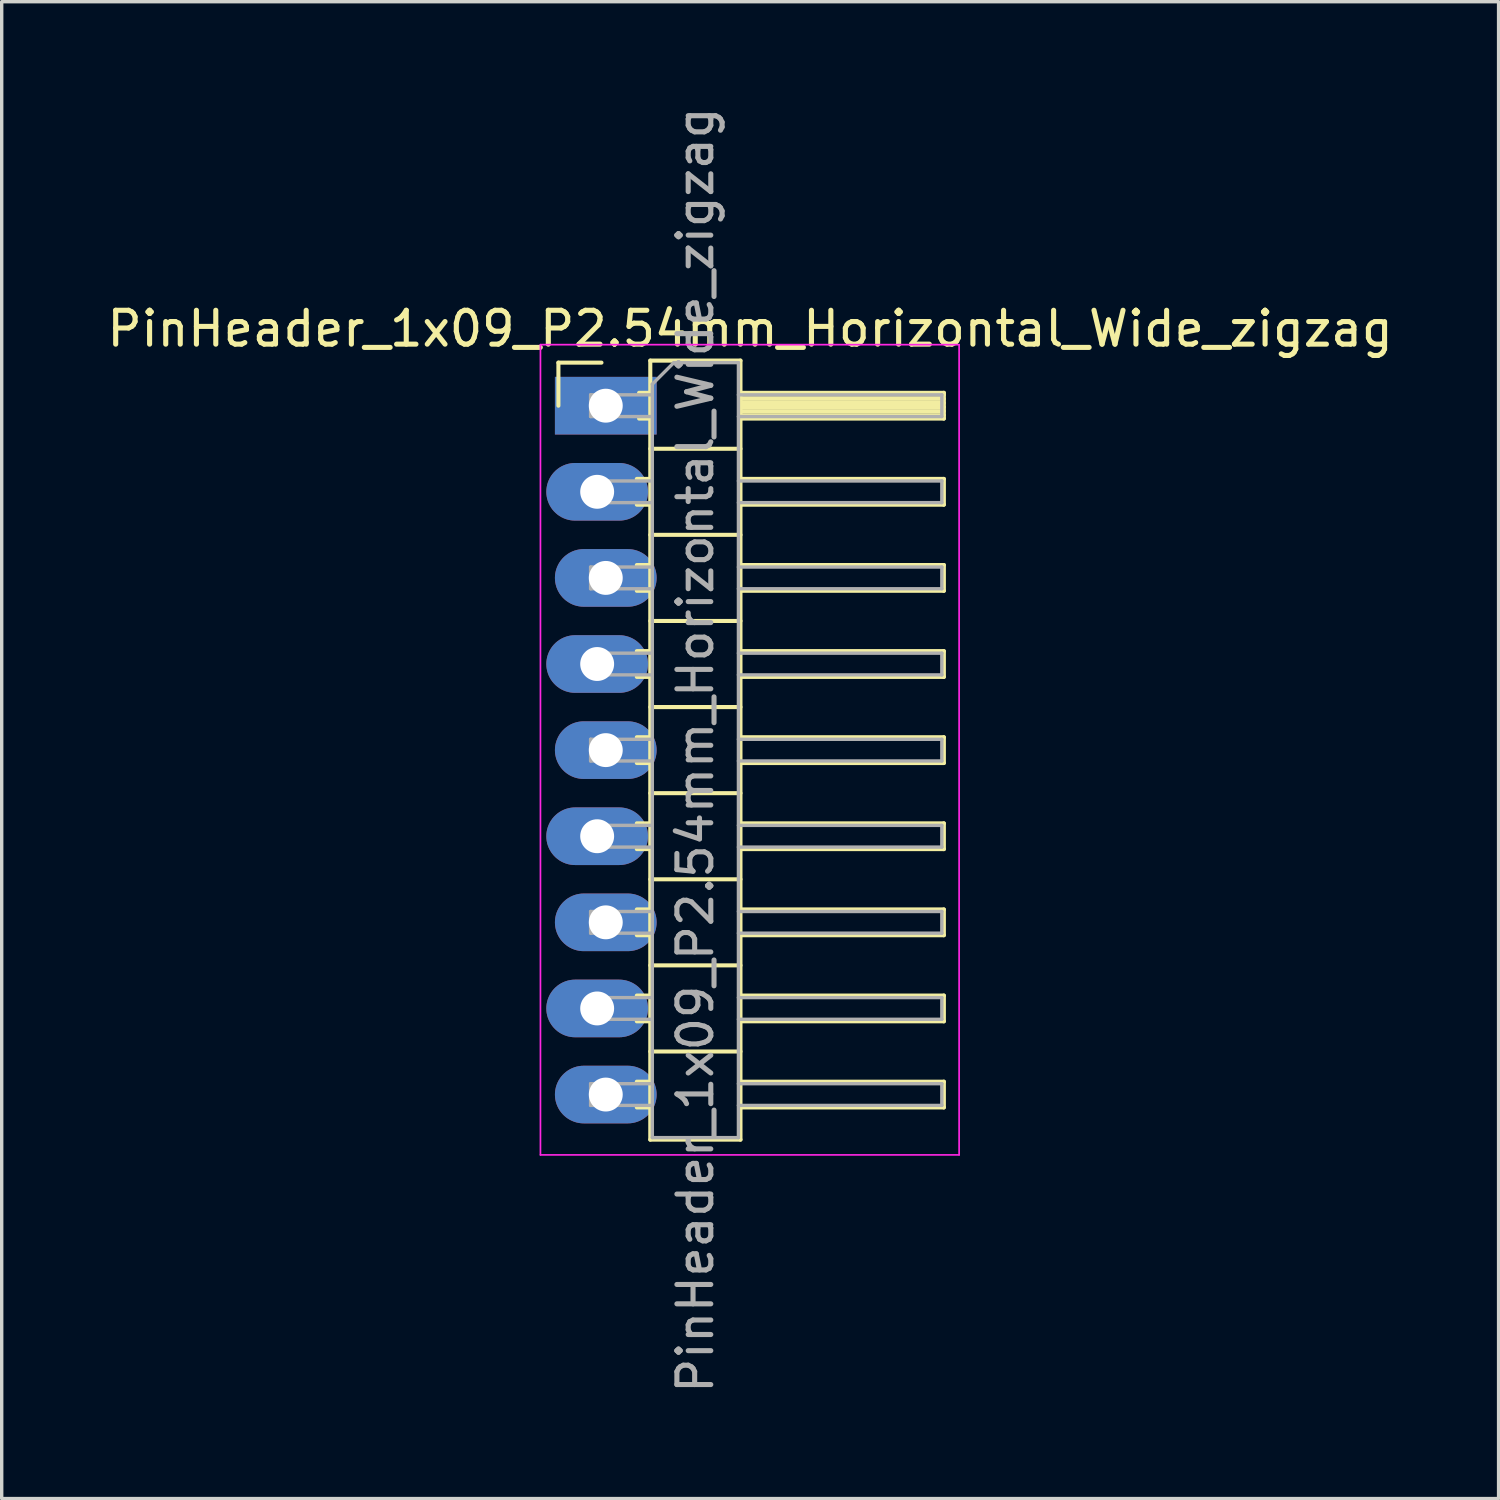
<source format=kicad_pcb>
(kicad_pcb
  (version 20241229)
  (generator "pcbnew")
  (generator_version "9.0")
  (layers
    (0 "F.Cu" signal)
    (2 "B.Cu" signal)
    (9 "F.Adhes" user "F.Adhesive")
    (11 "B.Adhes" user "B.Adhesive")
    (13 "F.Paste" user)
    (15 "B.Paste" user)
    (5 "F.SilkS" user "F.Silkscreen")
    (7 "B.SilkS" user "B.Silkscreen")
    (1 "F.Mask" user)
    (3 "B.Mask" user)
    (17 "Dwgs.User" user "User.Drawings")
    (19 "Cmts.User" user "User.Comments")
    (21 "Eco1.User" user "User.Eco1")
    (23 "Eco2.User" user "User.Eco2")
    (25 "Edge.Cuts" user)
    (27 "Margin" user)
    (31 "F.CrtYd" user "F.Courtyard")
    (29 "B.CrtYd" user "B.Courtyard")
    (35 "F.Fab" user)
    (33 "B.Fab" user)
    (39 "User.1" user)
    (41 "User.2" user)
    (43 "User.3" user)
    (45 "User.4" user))
  (footprint "PinHeader_1x09_P2.54mm_Horizontal_Wide_zigzag"
    (layer "F.Cu")
    (at 14.692 8.917)
    (property "Reference" "PinHeader_1x09_P2.54mm_Horizontal_Wide_zigzag" (at 4.385 -2.27 0) (layer "F.SilkS") (effects (font (size 1 1) (thickness 0.15))))
    (attr through_hole)
    (fp_line (start -1.27 -1.27) (end 0 -1.27) (stroke (width 0.12) (type solid)) (layer "F.SilkS"))
    (fp_line (start -1.27 0) (end -1.27 -1.27) (stroke (width 0.12) (type solid)) (layer "F.SilkS"))
    (fp_line (start 1.043 2.16) (end 1.44 2.16) (stroke (width 0.12) (type solid)) (layer "F.SilkS"))
    (fp_line (start 1.043 2.92) (end 1.44 2.92) (stroke (width 0.12) (type solid)) (layer "F.SilkS"))
    (fp_line (start 1.043 4.7) (end 1.44 4.7) (stroke (width 0.12) (type solid)) (layer "F.SilkS"))
    (fp_line (start 1.043 5.46) (end 1.44 5.46) (stroke (width 0.12) (type solid)) (layer "F.SilkS"))
    (fp_line (start 1.043 7.24) (end 1.44 7.24) (stroke (width 0.12) (type solid)) (layer "F.SilkS"))
    (fp_line (start 1.043 8) (end 1.44 8) (stroke (width 0.12) (type solid)) (layer "F.SilkS"))
    (fp_line (start 1.043 9.78) (end 1.44 9.78) (stroke (width 0.12) (type solid)) (layer "F.SilkS"))
    (fp_line (start 1.043 10.54) (end 1.44 10.54) (stroke (width 0.12) (type solid)) (layer "F.SilkS"))
    (fp_line (start 1.043 12.32) (end 1.44 12.32) (stroke (width 0.12) (type solid)) (layer "F.SilkS"))
    (fp_line (start 1.043 13.08) (end 1.44 13.08) (stroke (width 0.12) (type solid)) (layer "F.SilkS"))
    (fp_line (start 1.043 14.86) (end 1.44 14.86) (stroke (width 0.12) (type solid)) (layer "F.SilkS"))
    (fp_line (start 1.043 15.62) (end 1.44 15.62) (stroke (width 0.12) (type solid)) (layer "F.SilkS"))
    (fp_line (start 1.043 17.4) (end 1.44 17.4) (stroke (width 0.12) (type solid)) (layer "F.SilkS"))
    (fp_line (start 1.043 18.16) (end 1.44 18.16) (stroke (width 0.12) (type solid)) (layer "F.SilkS"))
    (fp_line (start 1.043 19.94) (end 1.44 19.94) (stroke (width 0.12) (type solid)) (layer "F.SilkS"))
    (fp_line (start 1.043 20.7) (end 1.44 20.7) (stroke (width 0.12) (type solid)) (layer "F.SilkS"))
    (fp_line (start 1.11 -0.38) (end 1.44 -0.38) (stroke (width 0.12) (type solid)) (layer "F.SilkS"))
    (fp_line (start 1.11 0.38) (end 1.44 0.38) (stroke (width 0.12) (type solid)) (layer "F.SilkS"))
    (fp_line (start 1.44 -1.33) (end 1.44 21.65) (stroke (width 0.12) (type solid)) (layer "F.SilkS"))
    (fp_line (start 1.44 1.27) (end 4.1 1.27) (stroke (width 0.12) (type solid)) (layer "F.SilkS"))
    (fp_line (start 1.44 3.81) (end 4.1 3.81) (stroke (width 0.12) (type solid)) (layer "F.SilkS"))
    (fp_line (start 1.44 6.35) (end 4.1 6.35) (stroke (width 0.12) (type solid)) (layer "F.SilkS"))
    (fp_line (start 1.44 8.89) (end 4.1 8.89) (stroke (width 0.12) (type solid)) (layer "F.SilkS"))
    (fp_line (start 1.44 11.43) (end 4.1 11.43) (stroke (width 0.12) (type solid)) (layer "F.SilkS"))
    (fp_line (start 1.44 13.97) (end 4.1 13.97) (stroke (width 0.12) (type solid)) (layer "F.SilkS"))
    (fp_line (start 1.44 16.51) (end 4.1 16.51) (stroke (width 0.12) (type solid)) (layer "F.SilkS"))
    (fp_line (start 1.44 19.05) (end 4.1 19.05) (stroke (width 0.12) (type solid)) (layer "F.SilkS"))
    (fp_line (start 1.44 21.65) (end 4.1 21.65) (stroke (width 0.12) (type solid)) (layer "F.SilkS"))
    (fp_line (start 4.1 -1.33) (end 1.44 -1.33) (stroke (width 0.12) (type solid)) (layer "F.SilkS"))
    (fp_line (start 4.1 -0.38) (end 10.1 -0.38) (stroke (width 0.12) (type solid)) (layer "F.SilkS"))
    (fp_line (start 4.1 -0.32) (end 10.1 -0.32) (stroke (width 0.12) (type solid)) (layer "F.SilkS"))
    (fp_line (start 4.1 -0.2) (end 10.1 -0.2) (stroke (width 0.12) (type solid)) (layer "F.SilkS"))
    (fp_line (start 4.1 -0.08) (end 10.1 -0.08) (stroke (width 0.12) (type solid)) (layer "F.SilkS"))
    (fp_line (start 4.1 0.04) (end 10.1 0.04) (stroke (width 0.12) (type solid)) (layer "F.SilkS"))
    (fp_line (start 4.1 0.16) (end 10.1 0.16) (stroke (width 0.12) (type solid)) (layer "F.SilkS"))
    (fp_line (start 4.1 0.28) (end 10.1 0.28) (stroke (width 0.12) (type solid)) (layer "F.SilkS"))
    (fp_line (start 4.1 2.16) (end 10.1 2.16) (stroke (width 0.12) (type solid)) (layer "F.SilkS"))
    (fp_line (start 4.1 4.7) (end 10.1 4.7) (stroke (width 0.12) (type solid)) (layer "F.SilkS"))
    (fp_line (start 4.1 7.24) (end 10.1 7.24) (stroke (width 0.12) (type solid)) (layer "F.SilkS"))
    (fp_line (start 4.1 9.78) (end 10.1 9.78) (stroke (width 0.12) (type solid)) (layer "F.SilkS"))
    (fp_line (start 4.1 12.32) (end 10.1 12.32) (stroke (width 0.12) (type solid)) (layer "F.SilkS"))
    (fp_line (start 4.1 14.86) (end 10.1 14.86) (stroke (width 0.12) (type solid)) (layer "F.SilkS"))
    (fp_line (start 4.1 17.4) (end 10.1 17.4) (stroke (width 0.12) (type solid)) (layer "F.SilkS"))
    (fp_line (start 4.1 19.94) (end 10.1 19.94) (stroke (width 0.12) (type solid)) (layer "F.SilkS"))
    (fp_line (start 4.1 21.65) (end 4.1 -1.33) (stroke (width 0.12) (type solid)) (layer "F.SilkS"))
    (fp_line (start 10.1 -0.38) (end 10.1 0.38) (stroke (width 0.12) (type solid)) (layer "F.SilkS"))
    (fp_line (start 10.1 0.38) (end 4.1 0.38) (stroke (width 0.12) (type solid)) (layer "F.SilkS"))
    (fp_line (start 10.1 2.16) (end 10.1 2.92) (stroke (width 0.12) (type solid)) (layer "F.SilkS"))
    (fp_line (start 10.1 2.92) (end 4.1 2.92) (stroke (width 0.12) (type solid)) (layer "F.SilkS"))
    (fp_line (start 10.1 4.7) (end 10.1 5.46) (stroke (width 0.12) (type solid)) (layer "F.SilkS"))
    (fp_line (start 10.1 5.46) (end 4.1 5.46) (stroke (width 0.12) (type solid)) (layer "F.SilkS"))
    (fp_line (start 10.1 7.24) (end 10.1 8) (stroke (width 0.12) (type solid)) (layer "F.SilkS"))
    (fp_line (start 10.1 8) (end 4.1 8) (stroke (width 0.12) (type solid)) (layer "F.SilkS"))
    (fp_line (start 10.1 9.78) (end 10.1 10.54) (stroke (width 0.12) (type solid)) (layer "F.SilkS"))
    (fp_line (start 10.1 10.54) (end 4.1 10.54) (stroke (width 0.12) (type solid)) (layer "F.SilkS"))
    (fp_line (start 10.1 12.32) (end 10.1 13.08) (stroke (width 0.12) (type solid)) (layer "F.SilkS"))
    (fp_line (start 10.1 13.08) (end 4.1 13.08) (stroke (width 0.12) (type solid)) (layer "F.SilkS"))
    (fp_line (start 10.1 14.86) (end 10.1 15.62) (stroke (width 0.12) (type solid)) (layer "F.SilkS"))
    (fp_line (start 10.1 15.62) (end 4.1 15.62) (stroke (width 0.12) (type solid)) (layer "F.SilkS"))
    (fp_line (start 10.1 17.4) (end 10.1 18.16) (stroke (width 0.12) (type solid)) (layer "F.SilkS"))
    (fp_line (start 10.1 18.16) (end 4.1 18.16) (stroke (width 0.12) (type solid)) (layer "F.SilkS"))
    (fp_line (start 10.1 19.94) (end 10.1 20.7) (stroke (width 0.12) (type solid)) (layer "F.SilkS"))
    (fp_line (start 10.1 20.7) (end 4.1 20.7) (stroke (width 0.12) (type solid)) (layer "F.SilkS"))
    (fp_line (start -1.8 -1.8) (end -1.8 22.1) (stroke (width 0.05) (type solid)) (layer "F.CrtYd"))
    (fp_line (start -1.8 22.1) (end 10.55 22.1) (stroke (width 0.05) (type solid)) (layer "F.CrtYd"))
    (fp_line (start 10.55 -1.8) (end -1.8 -1.8) (stroke (width 0.05) (type solid)) (layer "F.CrtYd"))
    (fp_line (start 10.55 22.1) (end 10.55 -1.8) (stroke (width 0.05) (type solid)) (layer "F.CrtYd"))
    (fp_line (start -0.32 -0.32) (end -0.32 0.32) (stroke (width 0.1) (type solid)) (layer "F.Fab"))
    (fp_line (start -0.32 -0.32) (end 1.5 -0.32) (stroke (width 0.1) (type solid)) (layer "F.Fab"))
    (fp_line (start -0.32 0.32) (end 1.5 0.32) (stroke (width 0.1) (type solid)) (layer "F.Fab"))
    (fp_line (start -0.32 2.22) (end -0.32 2.86) (stroke (width 0.1) (type solid)) (layer "F.Fab"))
    (fp_line (start -0.32 2.22) (end 1.5 2.22) (stroke (width 0.1) (type solid)) (layer "F.Fab"))
    (fp_line (start -0.32 2.86) (end 1.5 2.86) (stroke (width 0.1) (type solid)) (layer "F.Fab"))
    (fp_line (start -0.32 4.76) (end -0.32 5.4) (stroke (width 0.1) (type solid)) (layer "F.Fab"))
    (fp_line (start -0.32 4.76) (end 1.5 4.76) (stroke (width 0.1) (type solid)) (layer "F.Fab"))
    (fp_line (start -0.32 5.4) (end 1.5 5.4) (stroke (width 0.1) (type solid)) (layer "F.Fab"))
    (fp_line (start -0.32 7.3) (end -0.32 7.94) (stroke (width 0.1) (type solid)) (layer "F.Fab"))
    (fp_line (start -0.32 7.3) (end 1.5 7.3) (stroke (width 0.1) (type solid)) (layer "F.Fab"))
    (fp_line (start -0.32 7.94) (end 1.5 7.94) (stroke (width 0.1) (type solid)) (layer "F.Fab"))
    (fp_line (start -0.32 9.84) (end -0.32 10.48) (stroke (width 0.1) (type solid)) (layer "F.Fab"))
    (fp_line (start -0.32 9.84) (end 1.5 9.84) (stroke (width 0.1) (type solid)) (layer "F.Fab"))
    (fp_line (start -0.32 10.48) (end 1.5 10.48) (stroke (width 0.1) (type solid)) (layer "F.Fab"))
    (fp_line (start -0.32 12.38) (end -0.32 13.02) (stroke (width 0.1) (type solid)) (layer "F.Fab"))
    (fp_line (start -0.32 12.38) (end 1.5 12.38) (stroke (width 0.1) (type solid)) (layer "F.Fab"))
    (fp_line (start -0.32 13.02) (end 1.5 13.02) (stroke (width 0.1) (type solid)) (layer "F.Fab"))
    (fp_line (start -0.32 14.92) (end -0.32 15.56) (stroke (width 0.1) (type solid)) (layer "F.Fab"))
    (fp_line (start -0.32 14.92) (end 1.5 14.92) (stroke (width 0.1) (type solid)) (layer "F.Fab"))
    (fp_line (start -0.32 15.56) (end 1.5 15.56) (stroke (width 0.1) (type solid)) (layer "F.Fab"))
    (fp_line (start -0.32 17.46) (end -0.32 18.1) (stroke (width 0.1) (type solid)) (layer "F.Fab"))
    (fp_line (start -0.32 17.46) (end 1.5 17.46) (stroke (width 0.1) (type solid)) (layer "F.Fab"))
    (fp_line (start -0.32 18.1) (end 1.5 18.1) (stroke (width 0.1) (type solid)) (layer "F.Fab"))
    (fp_line (start -0.32 20) (end -0.32 20.64) (stroke (width 0.1) (type solid)) (layer "F.Fab"))
    (fp_line (start -0.32 20) (end 1.5 20) (stroke (width 0.1) (type solid)) (layer "F.Fab"))
    (fp_line (start -0.32 20.64) (end 1.5 20.64) (stroke (width 0.1) (type solid)) (layer "F.Fab"))
    (fp_line (start 1.5 -0.635) (end 2.135 -1.27) (stroke (width 0.1) (type solid)) (layer "F.Fab"))
    (fp_line (start 1.5 21.59) (end 1.5 -0.635) (stroke (width 0.1) (type solid)) (layer "F.Fab"))
    (fp_line (start 2.135 -1.27) (end 4.04 -1.27) (stroke (width 0.1) (type solid)) (layer "F.Fab"))
    (fp_line (start 4.04 -1.27) (end 4.04 21.59) (stroke (width 0.1) (type solid)) (layer "F.Fab"))
    (fp_line (start 4.04 -0.32) (end 10.04 -0.32) (stroke (width 0.1) (type solid)) (layer "F.Fab"))
    (fp_line (start 4.04 0.32) (end 10.04 0.32) (stroke (width 0.1) (type solid)) (layer "F.Fab"))
    (fp_line (start 4.04 2.22) (end 10.04 2.22) (stroke (width 0.1) (type solid)) (layer "F.Fab"))
    (fp_line (start 4.04 2.86) (end 10.04 2.86) (stroke (width 0.1) (type solid)) (layer "F.Fab"))
    (fp_line (start 4.04 4.76) (end 10.04 4.76) (stroke (width 0.1) (type solid)) (layer "F.Fab"))
    (fp_line (start 4.04 5.4) (end 10.04 5.4) (stroke (width 0.1) (type solid)) (layer "F.Fab"))
    (fp_line (start 4.04 7.3) (end 10.04 7.3) (stroke (width 0.1) (type solid)) (layer "F.Fab"))
    (fp_line (start 4.04 7.94) (end 10.04 7.94) (stroke (width 0.1) (type solid)) (layer "F.Fab"))
    (fp_line (start 4.04 9.84) (end 10.04 9.84) (stroke (width 0.1) (type solid)) (layer "F.Fab"))
    (fp_line (start 4.04 10.48) (end 10.04 10.48) (stroke (width 0.1) (type solid)) (layer "F.Fab"))
    (fp_line (start 4.04 12.38) (end 10.04 12.38) (stroke (width 0.1) (type solid)) (layer "F.Fab"))
    (fp_line (start 4.04 13.02) (end 10.04 13.02) (stroke (width 0.1) (type solid)) (layer "F.Fab"))
    (fp_line (start 4.04 14.92) (end 10.04 14.92) (stroke (width 0.1) (type solid)) (layer "F.Fab"))
    (fp_line (start 4.04 15.56) (end 10.04 15.56) (stroke (width 0.1) (type solid)) (layer "F.Fab"))
    (fp_line (start 4.04 17.46) (end 10.04 17.46) (stroke (width 0.1) (type solid)) (layer "F.Fab"))
    (fp_line (start 4.04 18.1) (end 10.04 18.1) (stroke (width 0.1) (type solid)) (layer "F.Fab"))
    (fp_line (start 4.04 20) (end 10.04 20) (stroke (width 0.1) (type solid)) (layer "F.Fab"))
    (fp_line (start 4.04 20.64) (end 10.04 20.64) (stroke (width 0.1) (type solid)) (layer "F.Fab"))
    (fp_line (start 4.04 21.59) (end 1.5 21.59) (stroke (width 0.1) (type solid)) (layer "F.Fab"))
    (fp_line (start 10.04 -0.32) (end 10.04 0.32) (stroke (width 0.1) (type solid)) (layer "F.Fab"))
    (fp_line (start 10.04 2.22) (end 10.04 2.86) (stroke (width 0.1) (type solid)) (layer "F.Fab"))
    (fp_line (start 10.04 4.76) (end 10.04 5.4) (stroke (width 0.1) (type solid)) (layer "F.Fab"))
    (fp_line (start 10.04 7.3) (end 10.04 7.94) (stroke (width 0.1) (type solid)) (layer "F.Fab"))
    (fp_line (start 10.04 9.84) (end 10.04 10.48) (stroke (width 0.1) (type solid)) (layer "F.Fab"))
    (fp_line (start 10.04 12.38) (end 10.04 13.02) (stroke (width 0.1) (type solid)) (layer "F.Fab"))
    (fp_line (start 10.04 14.92) (end 10.04 15.56) (stroke (width 0.1) (type solid)) (layer "F.Fab"))
    (fp_line (start 10.04 17.46) (end 10.04 18.1) (stroke (width 0.1) (type solid)) (layer "F.Fab"))
    (fp_line (start 10.04 20) (end 10.04 20.64) (stroke (width 0.1) (type solid)) (layer "F.Fab"))
    (fp_text user "${REFERENCE}" (at 2.77 10.16 90) (layer "F.Fab") (effects (font (size 1 1) (thickness 0.15))))
    (pad "1" thru_hole rect (at 0.127 0) (size 3 1.7) (drill 1) (layers "*.Cu" "*.Mask"))
    (pad "2" thru_hole oval (at -0.127 2.54) (size 3 1.7) (drill 1) (layers "*.Cu" "*.Mask"))
    (pad "3" thru_hole oval (at 0.127 5.08) (size 3 1.7) (drill 1) (layers "*.Cu" "*.Mask"))
    (pad "4" thru_hole oval (at -0.127 7.62) (size 3 1.7) (drill 1) (layers "*.Cu" "*.Mask"))
    (pad "5" thru_hole oval (at 0.127 10.16) (size 3 1.7) (drill 1) (layers "*.Cu" "*.Mask"))
    (pad "6" thru_hole oval (at -0.127 12.7) (size 3 1.7) (drill 1) (layers "*.Cu" "*.Mask"))
    (pad "7" thru_hole oval (at 0.127 15.24) (size 3 1.7) (drill 1) (layers "*.Cu" "*.Mask"))
    (pad "8" thru_hole oval (at -0.127 17.78) (size 3 1.7) (drill 1) (layers "*.Cu" "*.Mask"))
    (pad "9" thru_hole oval (at 0.127 20.32) (size 3 1.7) (drill 1) (layers "*.Cu" "*.Mask")))
  (gr_rect
    (start -3 -3)
    (end 41.155 41.155)
    (stroke (width 0.1) (type default))
    (fill no)
    (layer "Edge.Cuts")))
</source>
